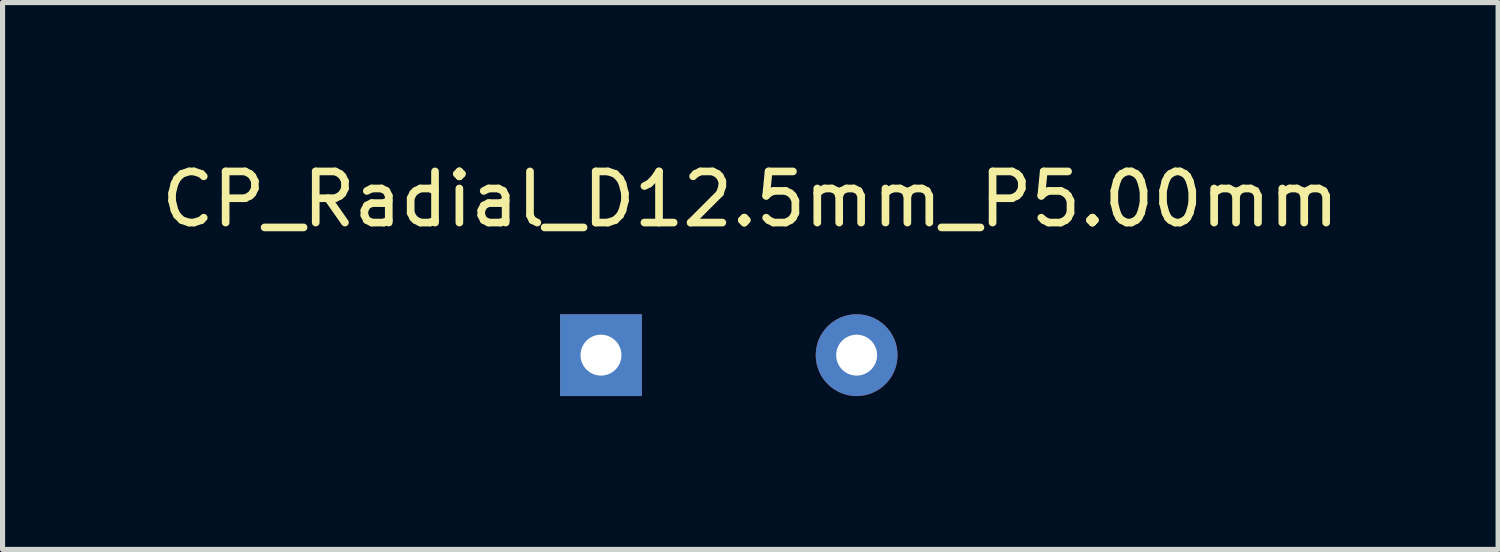
<source format=kicad_pcb>
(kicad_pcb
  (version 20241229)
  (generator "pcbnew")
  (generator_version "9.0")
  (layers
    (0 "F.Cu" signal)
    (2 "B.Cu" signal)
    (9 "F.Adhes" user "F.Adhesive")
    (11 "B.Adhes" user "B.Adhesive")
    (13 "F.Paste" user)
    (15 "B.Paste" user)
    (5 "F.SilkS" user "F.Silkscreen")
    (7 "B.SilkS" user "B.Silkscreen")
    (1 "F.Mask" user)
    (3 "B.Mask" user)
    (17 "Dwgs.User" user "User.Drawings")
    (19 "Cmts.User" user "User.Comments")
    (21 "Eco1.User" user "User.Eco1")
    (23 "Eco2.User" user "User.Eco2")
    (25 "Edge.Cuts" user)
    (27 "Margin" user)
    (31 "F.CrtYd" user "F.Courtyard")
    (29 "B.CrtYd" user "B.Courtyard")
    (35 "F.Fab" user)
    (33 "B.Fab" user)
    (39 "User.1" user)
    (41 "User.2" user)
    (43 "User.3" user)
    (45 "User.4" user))
  (footprint "CP_Radial_D12.5mm_P5.00mm"
    (layer "F.Cu")
    (at 8.704 3.896)
    (property "Reference" "CP_Radial_D12.5mm_P5.00mm" (at 2.921 -3.048 0) (layer "F.SilkS") (effects (font (size 1 1) (thickness 0.15))))
    (attr through_hole)
    (pad "1" thru_hole rect (at 0 0) (size 1.6 1.6) (drill 0.8) (layers "*.Cu" "*.Mask"))
    (pad "2" thru_hole circle (at 5 0) (size 1.6 1.6) (drill 0.8) (layers "*.Cu" "*.Mask")))
  (gr_rect
    (start -3 -3)
    (end 26.25 7.696)
    (stroke (width 0.1) (type default))
    (fill no)
    (layer "Edge.Cuts")))
</source>
